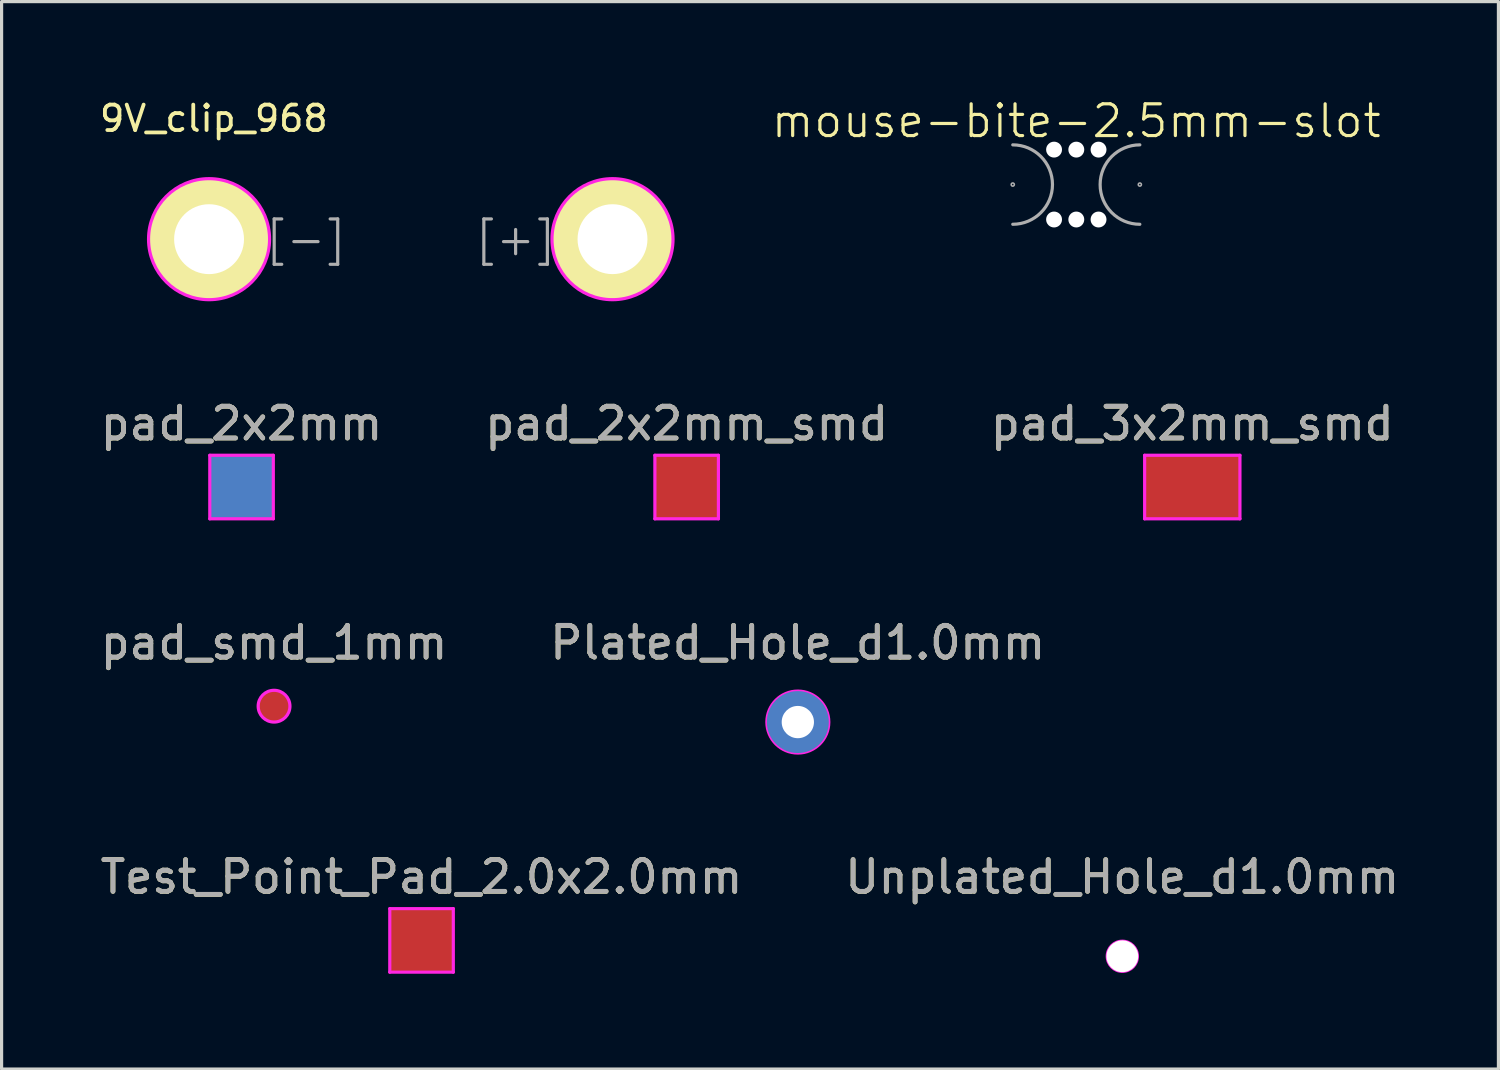
<source format=kicad_pcb>
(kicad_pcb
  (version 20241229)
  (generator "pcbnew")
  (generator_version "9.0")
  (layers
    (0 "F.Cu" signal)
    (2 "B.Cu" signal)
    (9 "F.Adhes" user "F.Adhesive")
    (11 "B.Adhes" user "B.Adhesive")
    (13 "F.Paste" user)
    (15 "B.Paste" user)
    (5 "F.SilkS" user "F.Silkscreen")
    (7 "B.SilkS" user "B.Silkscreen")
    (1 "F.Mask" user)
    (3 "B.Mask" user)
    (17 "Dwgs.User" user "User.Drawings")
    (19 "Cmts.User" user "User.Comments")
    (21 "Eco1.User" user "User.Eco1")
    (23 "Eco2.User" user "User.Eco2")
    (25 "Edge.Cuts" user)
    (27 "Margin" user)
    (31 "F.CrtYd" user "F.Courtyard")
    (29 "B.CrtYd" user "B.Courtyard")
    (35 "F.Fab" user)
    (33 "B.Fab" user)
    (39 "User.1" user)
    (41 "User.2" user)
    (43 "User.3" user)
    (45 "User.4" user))
  (footprint "Plated_Hole_d1.0mm"
    (layer "F.Cu")
    (at 22.065 19.68)
    (property "Reference" "Plated_Hole_d1.0mm" (at 0 -2.498 0) (layer "F.SilkS") (effects (font (size 1 1) (thickness 0.15))))
    (attr exclude_from_pos_files exclude_from_bom)
    (fp_circle (center 0 0) (end 1 0) (stroke (width 0.05) (type solid)) (fill no) (layer "F.CrtYd"))
    (fp_text user "${REFERENCE}" (at 0 -2.5 0) (layer "F.Fab") (effects (font (size 1 1) (thickness 0.15))))
    (pad "1" thru_hole circle (at 0 0) (size 2 2) (drill 1.016) (layers "*.Cu" "*.Mask")))
  (footprint "Test_Point_Pad_2.0x2.0mm"
    (layer "F.Cu")
    (at 10.22 26.553)
    (property "Reference" "Test_Point_Pad_2.0x2.0mm" (at 0 -1.998 0) (layer "F.SilkS") (effects (font (size 1 1) (thickness 0.15))))
    (attr exclude_from_pos_files exclude_from_bom)
    (fp_line (start -1 -1) (end 1 -1) (stroke (width 0.1) (type solid)) (layer "F.CrtYd"))
    (fp_line (start -1 1) (end -1 -1) (stroke (width 0.1) (type solid)) (layer "F.CrtYd"))
    (fp_line (start 1 -1) (end 1 1) (stroke (width 0.1) (type solid)) (layer "F.CrtYd"))
    (fp_line (start 1 1) (end -1 1) (stroke (width 0.1) (type solid)) (layer "F.CrtYd"))
    (fp_text user "${REFERENCE}" (at 0 -2 0) (layer "F.Fab") (effects (font (size 1 1) (thickness 0.15))))
    (pad "1" smd rect (at 0 0) (size 2 2) (layers "F.Cu" "F.Mask")))
  (footprint "pad_3x2mm_smd"
    (layer "F.Cu")
    (at 34.482 12.282)
    (property "Reference" "pad_3x2mm_smd" (at 0 -1.998 0) (layer "F.SilkS") (effects (font (size 1 1) (thickness 0.15))))
    (attr exclude_from_pos_files exclude_from_bom)
    (fp_line (start -1.5 -1) (end 1.5 -1) (stroke (width 0.1) (type solid)) (layer "F.CrtYd"))
    (fp_line (start -1.5 1) (end -1.5 -1) (stroke (width 0.1) (type solid)) (layer "F.CrtYd"))
    (fp_line (start 1.5 -1) (end 1.5 1) (stroke (width 0.1) (type solid)) (layer "F.CrtYd"))
    (fp_line (start 1.5 1) (end -1.5 1) (stroke (width 0.1) (type solid)) (layer "F.CrtYd"))
    (fp_text user "${REFERENCE}" (at 0 -2 0) (layer "F.Fab") (effects (font (size 1 1) (thickness 0.15))))
    (pad "1" smd rect (at 0 0) (size 3 2) (layers "F.Cu" "F.Mask")))
  (footprint "mouse-bite-2.5mm-slot"
    (layer "F.Cu")
    (at 30.831 2.76)
    (property "Reference" "mouse-bite-2.5mm-slot" (at 0 -2 0) (layer "F.SilkS") (effects (font (size 1 1) (thickness 0.1))))
    (attr through_hole)
    (fp_arc (start -2 -1.25) (mid -0.75 0) (end -2 1.25) (stroke (width 0.1) (type solid)) (layer "F.Fab"))
    (fp_arc (start 2 1.25) (mid 0.75 0) (end 2 -1.25) (stroke (width 0.1) (type solid)) (layer "F.Fab"))
    (fp_circle (center -2 0) (end -1.95 0) (stroke (width 0.05) (type solid)) (fill no) (layer "F.Fab"))
    (fp_circle (center 2 0) (end 2.05 0) (stroke (width 0.05) (type solid)) (fill no) (layer "F.Fab"))
    (pad "" np_thru_hole circle (at -0.7 -1.1) (size 0.5 0.5) (drill 0.5) (layers "*.Cu" "*.Mask"))
    (pad "" np_thru_hole circle (at -0.7 1.1) (size 0.5 0.5) (drill 0.5) (layers "*.Cu" "*.Mask"))
    (pad "" np_thru_hole circle (at 0 -1.1) (size 0.5 0.5) (drill 0.5) (layers "*.Cu" "*.Mask"))
    (pad "" np_thru_hole circle (at 0 1.1) (size 0.5 0.5) (drill 0.5) (layers "*.Cu" "*.Mask"))
    (pad "" np_thru_hole circle (at 0.7 -1.1) (size 0.5 0.5) (drill 0.5) (layers "*.Cu" "*.Mask"))
    (pad "" np_thru_hole circle (at 0.7 1.1) (size 0.5 0.5) (drill 0.5) (layers "*.Cu" "*.Mask")))
  (footprint "pad_2x2mm"
    (layer "F.Cu")
    (at 4.554 12.282)
    (property "Reference" "pad_2x2mm" (at 0 -1.998 0) (layer "F.SilkS") (effects (font (size 1 1) (thickness 0.15))))
    (attr exclude_from_pos_files exclude_from_bom)
    (fp_line (start -1 -1) (end 1 -1) (stroke (width 0.1) (type solid)) (layer "F.CrtYd"))
    (fp_line (start -1 1) (end -1 -1) (stroke (width 0.1) (type solid)) (layer "F.CrtYd"))
    (fp_line (start 1 -1) (end 1 1) (stroke (width 0.1) (type solid)) (layer "F.CrtYd"))
    (fp_line (start 1 1) (end -1 1) (stroke (width 0.1) (type solid)) (layer "F.CrtYd"))
    (fp_text user "${REFERENCE}" (at 0 -2 0) (layer "F.Fab") (effects (font (size 1 1) (thickness 0.15))))
    (pad "1" smd rect (at 0 0) (size 2 2) (layers "F.Cu" "F.Mask"))
    (pad "1" smd rect (at 0 0) (size 2 2) (layers "B.Cu" "B.Mask")))
  (footprint "Unplated_Hole_d1.0mm"
    (layer "F.Cu")
    (at 32.28 27.053)
    (property "Reference" "Unplated_Hole_d1.0mm" (at 0 -2.498 0) (layer "F.SilkS") (effects (font (size 1 1) (thickness 0.15))))
    (attr exclude_from_pos_files exclude_from_bom)
    (fp_circle (center 0 0) (end 0.5 0) (stroke (width 0.05) (type solid)) (fill no) (layer "F.CrtYd"))
    (fp_text user "${REFERENCE}" (at 0 -2.5 0) (layer "F.Fab") (effects (font (size 1 1) (thickness 0.15))))
    (pad "" np_thru_hole circle (at 0 0) (size 1 1) (drill 1) (layers "*.Cu" "*.Mask")))
  (footprint "pad_2x2mm_smd"
    (layer "F.Cu")
    (at 18.565 12.282)
    (property "Reference" "pad_2x2mm_smd" (at 0 -1.998 0) (layer "F.SilkS") (effects (font (size 1 1) (thickness 0.15))))
    (attr exclude_from_pos_files exclude_from_bom)
    (fp_line (start -1 -1) (end 1 -1) (stroke (width 0.1) (type solid)) (layer "F.CrtYd"))
    (fp_line (start -1 1) (end -1 -1) (stroke (width 0.1) (type solid)) (layer "F.CrtYd"))
    (fp_line (start 1 -1) (end 1 1) (stroke (width 0.1) (type solid)) (layer "F.CrtYd"))
    (fp_line (start 1 1) (end -1 1) (stroke (width 0.1) (type solid)) (layer "F.CrtYd"))
    (fp_text user "${REFERENCE}" (at 0 -2 0) (layer "F.Fab") (effects (font (size 1 1) (thickness 0.15))))
    (pad "1" smd rect (at 0 0) (size 2 2) (layers "F.Cu" "F.Mask")))
  (footprint "9V_clip_968"
    (layer "F.Cu")
    (at 9.881 4.479)
    (property "Reference" "9V_clip_968" (at -6.2 -3.8 0) (layer "F.SilkS") (effects (font (size 0.8 0.8) (thickness 0.12))))
    (attr through_hole)
    (fp_circle (center -6.35 0) (end -8.255 0) (stroke (width 0.1) (type solid)) (fill no) (layer "F.CrtYd"))
    (fp_circle (center 6.35 0) (end 4.445 0) (stroke (width 0.1) (type solid)) (fill no) (layer "F.CrtYd"))
    (fp_text user "[+]" (at 3.3 0 0) (layer "F.Fab") (effects (font (size 1 1) (thickness 0.1))))
    (fp_text user "[-]" (at -3.3 0 0) (layer "F.Fab") (effects (font (size 1 1) (thickness 0.1))))
    (pad "1" thru_hole circle (at 6.35 0) (size 3.8 3.8) (drill 2.2) (layers "*.Cu" "*.Mask" "F.SilkS"))
    (pad "2" thru_hole circle (at -6.35 0) (size 3.8 3.8) (drill 2.2) (layers "*.Cu" "*.Mask" "F.SilkS")))
  (footprint "pad_smd_1mm"
    (layer "F.Cu")
    (at 5.577 19.18)
    (property "Reference" "pad_smd_1mm" (at 0 -1.998 0) (layer "F.SilkS") (effects (font (size 1 1) (thickness 0.15))))
    (attr exclude_from_pos_files exclude_from_bom)
    (fp_circle (center 0 0) (end 0.5 0) (stroke (width 0.1) (type solid)) (fill no) (layer "F.CrtYd"))
    (fp_text user "${REFERENCE}" (at 0 -2 0) (layer "F.Fab") (effects (font (size 1 1) (thickness 0.15))))
    (pad "1" smd circle (at 0 0) (size 1 1) (layers "F.Cu" "F.Mask")))
  (gr_rect
    (start -3 -3)
    (end 44.119 30.603)
    (stroke (width 0.1) (type default))
    (fill no)
    (layer "Edge.Cuts")))
</source>
